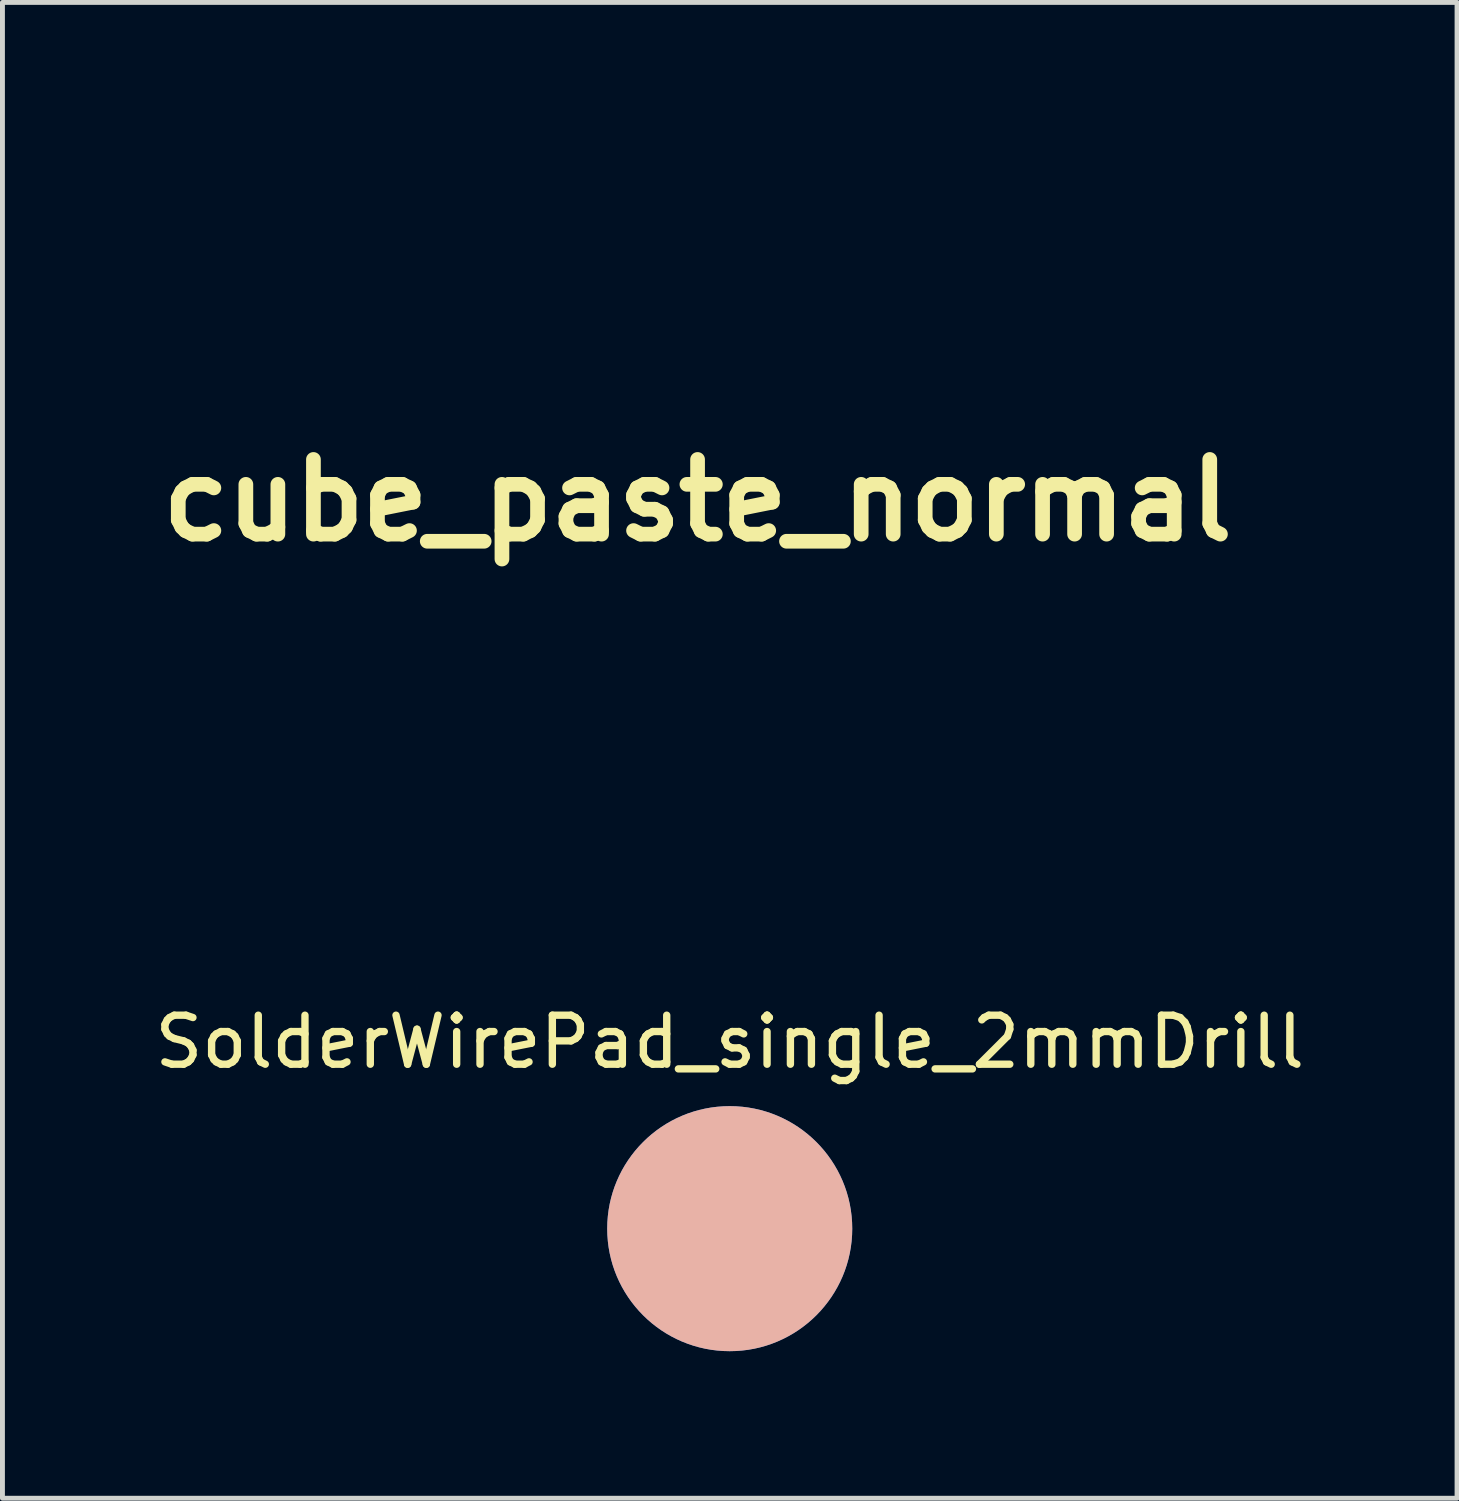
<source format=kicad_pcb>
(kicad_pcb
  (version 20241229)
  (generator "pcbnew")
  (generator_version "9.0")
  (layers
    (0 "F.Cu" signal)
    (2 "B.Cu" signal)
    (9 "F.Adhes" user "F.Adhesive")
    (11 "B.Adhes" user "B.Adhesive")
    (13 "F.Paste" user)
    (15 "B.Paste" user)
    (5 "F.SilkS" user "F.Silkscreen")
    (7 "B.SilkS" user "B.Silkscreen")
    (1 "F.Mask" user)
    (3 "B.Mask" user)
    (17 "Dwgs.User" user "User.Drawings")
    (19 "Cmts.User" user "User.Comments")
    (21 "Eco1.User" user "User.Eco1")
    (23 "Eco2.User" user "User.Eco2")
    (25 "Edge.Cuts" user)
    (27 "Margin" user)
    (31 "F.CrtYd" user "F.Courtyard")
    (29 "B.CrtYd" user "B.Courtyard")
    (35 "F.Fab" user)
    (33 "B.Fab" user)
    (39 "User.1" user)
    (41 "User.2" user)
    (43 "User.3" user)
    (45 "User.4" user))
  (footprint "SolderWirePad_single_2mmDrill"
    (layer "F.Cu")
    (at 11.839 22.019)
    (property "Reference" "SolderWirePad_single_2mmDrill" (at 0 -3.81 0) (layer "F.SilkS") (effects (font (size 1 1) (thickness 0.15))))
    (attr through_hole)
    (pad "1" smd circle (at 0 0) (size 5 5) (layers "B.Cu" "B.Mask" "B.SilkS" "B.Paste")))
  (footprint "cube_paste_normal"
    (layer "F.Cu")
    (at 11.183 7.159)
    (property "Reference" "cube_paste_normal" (at 0 0 0) (layer "F.SilkS") (effects (font (size 1.524 1.524) (thickness 0.3))))
    (attr through_hole)
    (fp_poly (pts (xy 7.197 7.197) (xy -7.154 7.197) (xy -7.154 -0.03) (xy -5.757 -0.03) (xy -5.753 0.065) (xy -5.74 0.231) (xy -5.721 0.454) (xy -5.696 0.722) (xy -5.667 1.022) (xy -5.635 1.34) (xy -5.601 1.662) (xy -5.567 1.977) (xy -5.535 2.27) (xy -5.504 2.528) (xy -5.499 2.571) (xy -5.451 2.962) (xy -4.768 3.406) (xy -4.405 3.642) (xy -4.108 3.834) (xy -3.869 3.989) (xy -3.683 4.108) (xy -3.543 4.196) (xy -3.445 4.257) (xy -3.382 4.295) (xy -3.347 4.313) (xy -3.338 4.316) (xy -3.302 4.284) (xy -3.286 4.253) (xy -3.283 4.198) (xy -3.285 4.067) (xy -3.29 3.871) (xy -3.3 3.62) (xy -3.314 3.323) (xy -3.331 2.99) (xy -3.35 2.631) (xy -3.353 2.582) (xy -3.408 1.627) (xy -2.987 1.627) (xy -2.984 1.854) (xy -2.974 2.15) (xy -2.956 2.521) (xy -2.945 2.737) (xy -2.927 3.071) (xy -2.909 3.396) (xy -2.892 3.697) (xy -2.876 3.959) (xy -2.863 4.167) (xy -2.854 4.307) (xy -2.854 4.311) (xy -2.828 4.664) (xy -2.525 4.86) (xy -2.046 5.17) (xy -1.613 5.449) (xy -1.23 5.695) (xy -0.898 5.907) (xy -0.623 6.082) (xy -0.406 6.218) (xy -0.251 6.314) (xy -0.162 6.366) (xy -0.139 6.376) (xy -0.136 6.333) (xy -0.134 6.213) (xy -0.131 6.027) (xy -0.129 5.782) (xy -0.128 5.488) (xy -0.127 5.155) (xy -0.126 4.792) (xy 0.382 4.792) (xy 0.382 5.127) (xy 0.384 5.447) (xy 0.386 5.74) (xy 0.39 5.997) (xy 0.394 6.205) (xy 0.399 6.356) (xy 0.405 6.436) (xy 0.408 6.447) (xy 0.43 6.457) (xy 0.469 6.449) (xy 0.536 6.418) (xy 0.642 6.358) (xy 0.798 6.263) (xy 1.014 6.127) (xy 1.016 6.126) (xy 1.17 6.028) (xy 1.379 5.895) (xy 1.626 5.736) (xy 1.894 5.563) (xy 2.168 5.386) (xy 2.293 5.305) (xy 2.565 5.129) (xy 2.774 4.991) (xy 2.929 4.885) (xy 3.039 4.804) (xy 3.111 4.741) (xy 3.155 4.69) (xy 3.178 4.644) (xy 3.19 4.595) (xy 3.192 4.581) (xy 3.203 4.484) (xy 3.218 4.315) (xy 3.235 4.087) (xy 3.24 4.023) (xy 3.541 4.023) (xy 3.544 4.2) (xy 3.554 4.322) (xy 3.572 4.396) (xy 3.6 4.428) (xy 3.636 4.426) (xy 3.653 4.417) (xy 3.711 4.381) (xy 3.82 4.313) (xy 3.959 4.225) (xy 4 4.199) (xy 4.479 3.893) (xy 4.888 3.626) (xy 5.226 3.4) (xy 5.492 3.214) (xy 5.687 3.068) (xy 5.809 2.964) (xy 5.859 2.902) (xy 5.859 2.9) (xy 5.871 2.83) (xy 5.888 2.688) (xy 5.911 2.489) (xy 5.938 2.245) (xy 5.967 1.97) (xy 5.997 1.676) (xy 6.026 1.377) (xy 6.054 1.087) (xy 6.079 0.818) (xy 6.1 0.584) (xy 6.115 0.397) (xy 6.116 0.381) (xy 6.131 0.196) (xy 6.147 0.026) (xy 6.161 -0.097) (xy 6.163 -0.116) (xy 6.169 -0.213) (xy 6.14 -0.251) (xy 6.112 -0.254) (xy 6.055 -0.235) (xy 5.935 -0.181) (xy 5.762 -0.099) (xy 5.548 0.006) (xy 5.303 0.129) (xy 5.04 0.264) (xy 4.769 0.405) (xy 4.501 0.547) (xy 4.247 0.684) (xy 4.141 0.743) (xy 3.994 0.821) (xy 3.876 0.877) (xy 3.806 0.903) (xy 3.796 0.903) (xy 3.772 0.922) (xy 3.747 1.021) (xy 3.72 1.194) (xy 3.692 1.436) (xy 3.664 1.742) (xy 3.636 2.107) (xy 3.608 2.525) (xy 3.582 2.992) (xy 3.577 3.084) (xy 3.558 3.472) (xy 3.546 3.783) (xy 3.541 4.023) (xy 3.24 4.023) (xy 3.255 3.812) (xy 3.275 3.504) (xy 3.296 3.175) (xy 3.317 2.838) (xy 3.336 2.505) (xy 3.353 2.189) (xy 3.367 1.903) (xy 3.371 1.828) (xy 3.4 1.179) (xy 3.248 1.242) (xy 3.173 1.278) (xy 3.034 1.346) (xy 2.844 1.443) (xy 2.613 1.561) (xy 2.353 1.695) (xy 2.076 1.838) (xy 1.792 1.985) (xy 1.515 2.13) (xy 1.254 2.267) (xy 1.022 2.39) (xy 0.83 2.493) (xy 0.693 2.567) (xy 0.547 2.655) (xy 0.461 2.727) (xy 0.418 2.802) (xy 0.407 2.842) (xy 0.401 2.915) (xy 0.396 3.058) (xy 0.391 3.26) (xy 0.387 3.512) (xy 0.385 3.801) (xy 0.383 4.119) (xy 0.382 4.453) (xy 0.382 4.792) (xy -0.126 4.792) (xy -0.126 4.789) (xy -0.126 4.604) (xy -0.127 4.225) (xy -0.128 3.87) (xy -0.131 3.549) (xy -0.135 3.272) (xy -0.139 3.048) (xy -0.144 2.885) (xy -0.149 2.794) (xy -0.152 2.778) (xy -0.2 2.727) (xy -0.303 2.652) (xy -0.441 2.566) (xy -0.481 2.544) (xy -0.632 2.461) (xy -0.829 2.356) (xy -0.922 2.307) (xy 0.423 2.307) (xy 0.445 2.328) (xy 0.466 2.307) (xy 0.445 2.286) (xy 0.423 2.307) (xy -0.922 2.307) (xy -1.002 2.265) (xy 0.508 2.265) (xy 0.529 2.286) (xy 0.55 2.265) (xy 0.529 2.244) (xy 0.508 2.265) (xy -1.002 2.265) (xy -1.06 2.234) (xy -1.082 2.223) (xy 0.593 2.223) (xy 0.614 2.244) (xy 0.635 2.223) (xy 0.614 2.201) (xy 0.593 2.223) (xy -1.082 2.223) (xy -1.315 2.1) (xy -1.582 1.959) (xy -1.852 1.819) (xy -2.114 1.683) (xy -2.356 1.557) (xy -2.569 1.448) (xy -2.742 1.36) (xy -2.864 1.3) (xy -2.924 1.271) (xy -2.928 1.27) (xy -2.954 1.289) (xy -2.972 1.351) (xy -2.983 1.461) (xy -2.987 1.627) (xy -3.408 1.627) (xy -3.445 0.976) (xy -4.527 0.405) (xy -4.808 0.258) (xy -5.066 0.122) (xy -5.292 0.005) (xy -5.477 -0.09) (xy -5.609 -0.157) (xy -5.678 -0.191) (xy -5.683 -0.193) (xy -5.729 -0.199) (xy -5.751 -0.158) (xy -5.757 -0.055) (xy -5.757 -0.03) (xy -7.154 -0.03) (xy -7.154 -4.454) (xy -6.18 -4.454) (xy -6.177 -4.398) (xy -6.166 -4.27) (xy -6.149 -4.083) (xy -6.128 -3.848) (xy -6.104 -3.578) (xy -6.077 -3.286) (xy -6.049 -2.983) (xy -6.022 -2.683) (xy -5.995 -2.397) (xy -5.97 -2.138) (xy -5.949 -1.918) (xy -5.933 -1.749) (xy -5.925 -1.672) (xy -5.893 -1.384) (xy -5.864 -1.168) (xy -5.834 -1.01) (xy -5.799 -0.897) (xy -5.755 -0.818) (xy -5.696 -0.758) (xy -5.619 -0.705) (xy -5.596 -0.692) (xy -5.498 -0.636) (xy -5.346 -0.554) (xy -5.152 -0.452) (xy -4.928 -0.336) (xy -4.687 -0.211) (xy -4.439 -0.084) (xy -4.198 0.038) (xy -3.974 0.151) (xy -3.781 0.247) (xy -3.629 0.322) (xy -3.53 0.368) (xy -3.498 0.38) (xy -3.481 0.343) (xy -3.48 0.25) (xy -3.485 0.201) (xy -3.493 0.12) (xy -3.504 -0.035) (xy -3.518 -0.255) (xy -3.535 -0.529) (xy -3.554 -0.848) (xy -3.573 -1.201) (xy -3.594 -1.578) (xy -3.603 -1.736) (xy -3.629 -2.222) (xy -3.654 -2.626) (xy -3.676 -2.953) (xy -3.696 -3.206) (xy -3.698 -3.227) (xy -3.241 -3.227) (xy -3.239 -3.085) (xy -3.233 -2.88) (xy -3.223 -2.624) (xy -3.209 -2.327) (xy -3.193 -2) (xy -3.174 -1.654) (xy -3.154 -1.299) (xy -3.133 -0.946) (xy -3.112 -0.606) (xy -3.091 -0.29) (xy -3.071 -0.009) (xy -3.052 0.227) (xy -3.036 0.407) (xy -3.022 0.52) (xy -3.015 0.553) (xy -2.966 0.619) (xy -2.86 0.703) (xy -2.69 0.81) (xy -2.491 0.921) (xy -2.313 1.016) (xy -2.097 1.13) (xy -1.852 1.259) (xy -1.59 1.395) (xy -1.321 1.534) (xy -1.057 1.67) (xy -0.808 1.797) (xy -0.585 1.91) (xy -0.399 2.004) (xy -0.261 2.073) (xy -0.181 2.11) (xy -0.165 2.116) (xy -0.157 2.076) (xy -0.147 1.963) (xy -0.137 1.79) (xy -0.126 1.569) (xy -0.116 1.312) (xy -0.113 1.196) (xy -0.103 0.831) (xy -0.096 0.445) (xy -0.09 0.05) (xy -0.09 -0.038) (xy 0.381 -0.038) (xy 0.381 0.454) (xy 0.382 0.868) (xy 0.384 1.21) (xy 0.387 1.487) (xy 0.392 1.706) (xy 0.398 1.873) (xy 0.406 1.995) (xy 0.416 2.078) (xy 0.429 2.128) (xy 0.444 2.153) (xy 0.46 2.159) (xy 0.503 2.141) (xy 0.509 2.138) (xy 0.762 2.138) (xy 0.783 2.159) (xy 0.804 2.138) (xy 0.783 2.117) (xy 0.762 2.138) (xy 0.509 2.138) (xy 0.598 2.095) (xy 0.847 2.095) (xy 0.868 2.117) (xy 0.889 2.095) (xy 0.868 2.074) (xy 0.847 2.095) (xy 0.598 2.095) (xy 0.612 2.089) (xy 0.685 2.053) (xy 0.931 2.053) (xy 0.953 2.074) (xy 0.974 2.053) (xy 0.953 2.032) (xy 0.931 2.053) (xy 0.685 2.053) (xy 0.772 2.011) (xy 1.016 2.011) (xy 1.037 2.032) (xy 1.058 2.011) (xy 1.037 1.99) (xy 1.016 2.011) (xy 0.772 2.011) (xy 0.779 2.008) (xy 0.858 1.968) (xy 1.101 1.968) (xy 1.122 1.99) (xy 1.143 1.968) (xy 1.122 1.947) (xy 1.101 1.968) (xy 0.858 1.968) (xy 0.944 1.926) (xy 1.185 1.926) (xy 1.206 1.947) (xy 1.228 1.926) (xy 1.206 1.905) (xy 1.185 1.926) (xy 0.944 1.926) (xy 0.993 1.902) (xy 1.029 1.884) (xy 1.27 1.884) (xy 1.291 1.905) (xy 1.312 1.884) (xy 1.291 1.863) (xy 1.27 1.884) (xy 1.029 1.884) (xy 1.115 1.841) (xy 1.355 1.841) (xy 1.376 1.863) (xy 1.397 1.841) (xy 1.376 1.82) (xy 1.355 1.841) (xy 1.115 1.841) (xy 1.2 1.799) (xy 1.439 1.799) (xy 1.46 1.82) (xy 1.482 1.799) (xy 1.46 1.778) (xy 1.439 1.799) (xy 1.2 1.799) (xy 1.245 1.777) (xy 1.285 1.757) (xy 1.524 1.757) (xy 1.545 1.778) (xy 1.566 1.757) (xy 1.545 1.736) (xy 1.524 1.757) (xy 1.285 1.757) (xy 1.526 1.636) (xy 1.672 1.562) (xy 2.082 1.356) (xy 2.421 1.184) (xy 2.698 1.042) (xy 2.918 0.927) (xy 3.087 0.835) (xy 3.213 0.764) (xy 3.301 0.709) (xy 3.358 0.667) (xy 3.39 0.634) (xy 3.402 0.613) (xy 3.416 0.544) (xy 3.421 0.508) (xy 3.471 0.508) (xy 3.487 0.543) (xy 3.5 0.536) (xy 3.505 0.486) (xy 3.5 0.48) (xy 3.474 0.486) (xy 3.471 0.508) (xy 3.421 0.508) (xy 3.432 0.412) (xy 3.448 0.242) (xy 3.456 0.148) (xy 3.461 0.087) (xy 3.768 0.087) (xy 3.768 0.088) (xy 3.772 0.262) (xy 3.788 0.366) (xy 3.82 0.415) (xy 3.854 0.423) (xy 3.899 0.405) (xy 4.008 0.354) (xy 4.166 0.277) (xy 4.338 0.191) (xy 4.53 0.191) (xy 4.551 0.212) (xy 4.572 0.191) (xy 4.551 0.169) (xy 4.53 0.191) (xy 4.338 0.191) (xy 4.361 0.179) (xy 4.422 0.148) (xy 4.614 0.148) (xy 4.636 0.169) (xy 4.657 0.148) (xy 4.636 0.127) (xy 4.614 0.148) (xy 4.422 0.148) (xy 4.556 0.08) (xy 4.588 0.064) (xy 4.784 0.064) (xy 4.805 0.085) (xy 4.826 0.064) (xy 4.805 0.042) (xy 4.784 0.064) (xy 4.588 0.064) (xy 4.938 -0.116) (xy 5.28 -0.293) (xy 5.575 -0.449) (xy 5.818 -0.579) (xy 6 -0.68) (xy 6.117 -0.748) (xy 6.149 -0.77) (xy 6.178 -0.805) (xy 6.203 -0.871) (xy 6.227 -0.98) (xy 6.252 -1.142) (xy 6.28 -1.368) (xy 6.306 -1.609) (xy 6.343 -1.975) (xy 6.38 -2.35) (xy 6.415 -2.723) (xy 6.448 -3.086) (xy 6.478 -3.427) (xy 6.504 -3.739) (xy 6.525 -4.011) (xy 6.541 -4.234) (xy 6.551 -4.397) (xy 6.553 -4.492) (xy 6.55 -4.513) (xy 6.506 -4.505) (xy 6.395 -4.471) (xy 6.227 -4.415) (xy 6.016 -4.342) (xy 5.772 -4.255) (xy 5.507 -4.158) (xy 5.233 -4.057) (xy 4.962 -3.955) (xy 4.705 -3.856) (xy 4.473 -3.765) (xy 4.404 -3.737) (xy 4.002 -3.574) (xy 3.951 -3.046) (xy 3.933 -2.844) (xy 3.913 -2.582) (xy 3.892 -2.275) (xy 3.87 -1.937) (xy 3.848 -1.582) (xy 3.827 -1.226) (xy 3.808 -0.881) (xy 3.792 -0.563) (xy 3.779 -0.286) (xy 3.771 -0.065) (xy 3.768 0.087) (xy 3.461 0.087) (xy 3.47 -0.022) (xy 3.488 -0.151) (xy 3.504 -0.224) (xy 3.513 -0.233) (xy 3.522 -0.269) (xy 3.532 -0.378) (xy 3.544 -0.548) (xy 3.557 -0.768) (xy 3.571 -1.027) (xy 3.584 -1.312) (xy 3.597 -1.613) (xy 3.609 -1.917) (xy 3.619 -2.213) (xy 3.628 -2.49) (xy 3.634 -2.735) (xy 3.637 -2.938) (xy 3.637 -3.087) (xy 3.635 -3.154) (xy 3.62 -3.283) (xy 3.592 -3.35) (xy 3.542 -3.376) (xy 3.528 -3.379) (xy 3.466 -3.367) (xy 3.336 -3.329) (xy 3.149 -3.268) (xy 2.916 -3.186) (xy 2.648 -3.09) (xy 2.355 -2.981) (xy 2.302 -2.961) (xy 1.862 -2.793) (xy 1.495 -2.651) (xy 1.194 -2.534) (xy 0.954 -2.437) (xy 0.768 -2.358) (xy 0.629 -2.295) (xy 0.532 -2.245) (xy 0.469 -2.205) (xy 0.435 -2.173) (xy 0.434 -2.172) (xy 0.421 -2.135) (xy 0.41 -2.058) (xy 0.402 -1.936) (xy 0.395 -1.762) (xy 0.389 -1.53) (xy 0.385 -1.236) (xy 0.383 -0.873) (xy 0.381 -0.436) (xy 0.381 -0.038) (xy -0.09 -0.038) (xy -0.087 -0.342) (xy -0.086 -0.72) (xy -0.087 -1.071) (xy -0.09 -1.385) (xy -0.096 -1.649) (xy -0.103 -1.852) (xy -0.113 -1.982) (xy -0.113 -1.984) (xy -0.118 -2.046) (xy -0.124 -2.096) (xy -0.136 -2.14) (xy -0.162 -2.181) (xy -0.209 -2.222) (xy -0.285 -2.267) (xy -0.396 -2.32) (xy -0.55 -2.384) (xy -0.753 -2.464) (xy -1.013 -2.563) (xy -1.337 -2.685) (xy -1.732 -2.833) (xy -1.778 -2.85) (xy -2.093 -2.968) (xy -2.385 -3.078) (xy -2.643 -3.175) (xy -2.858 -3.256) (xy -3.019 -3.318) (xy -3.117 -3.355) (xy -3.141 -3.365) (xy -3.203 -3.366) (xy -3.237 -3.295) (xy -3.241 -3.227) (xy -3.698 -3.227) (xy -3.715 -3.387) (xy -3.733 -3.501) (xy -3.749 -3.55) (xy -3.749 -3.551) (xy -3.803 -3.583) (xy -3.922 -3.637) (xy -4.093 -3.709) (xy -4.306 -3.794) (xy -4.548 -3.888) (xy -4.809 -3.987) (xy -5.076 -4.087) (xy -5.339 -4.183) (xy -5.585 -4.271) (xy -5.803 -4.347) (xy -5.982 -4.406) (xy -6.11 -4.444) (xy -6.175 -4.457) (xy -6.18 -4.454) (xy -7.154 -4.454) (xy -7.154 -7.154) (xy 7.197 -7.154) (xy 7.197 7.197)) (stroke (width 0.01) (type solid)) (fill yes) (layer "F.Paste")))
  (gr_rect
    (start -3 -3)
    (end 26.679 27.519)
    (stroke (width 0.1) (type default))
    (fill no)
    (layer "Edge.Cuts")))
</source>
